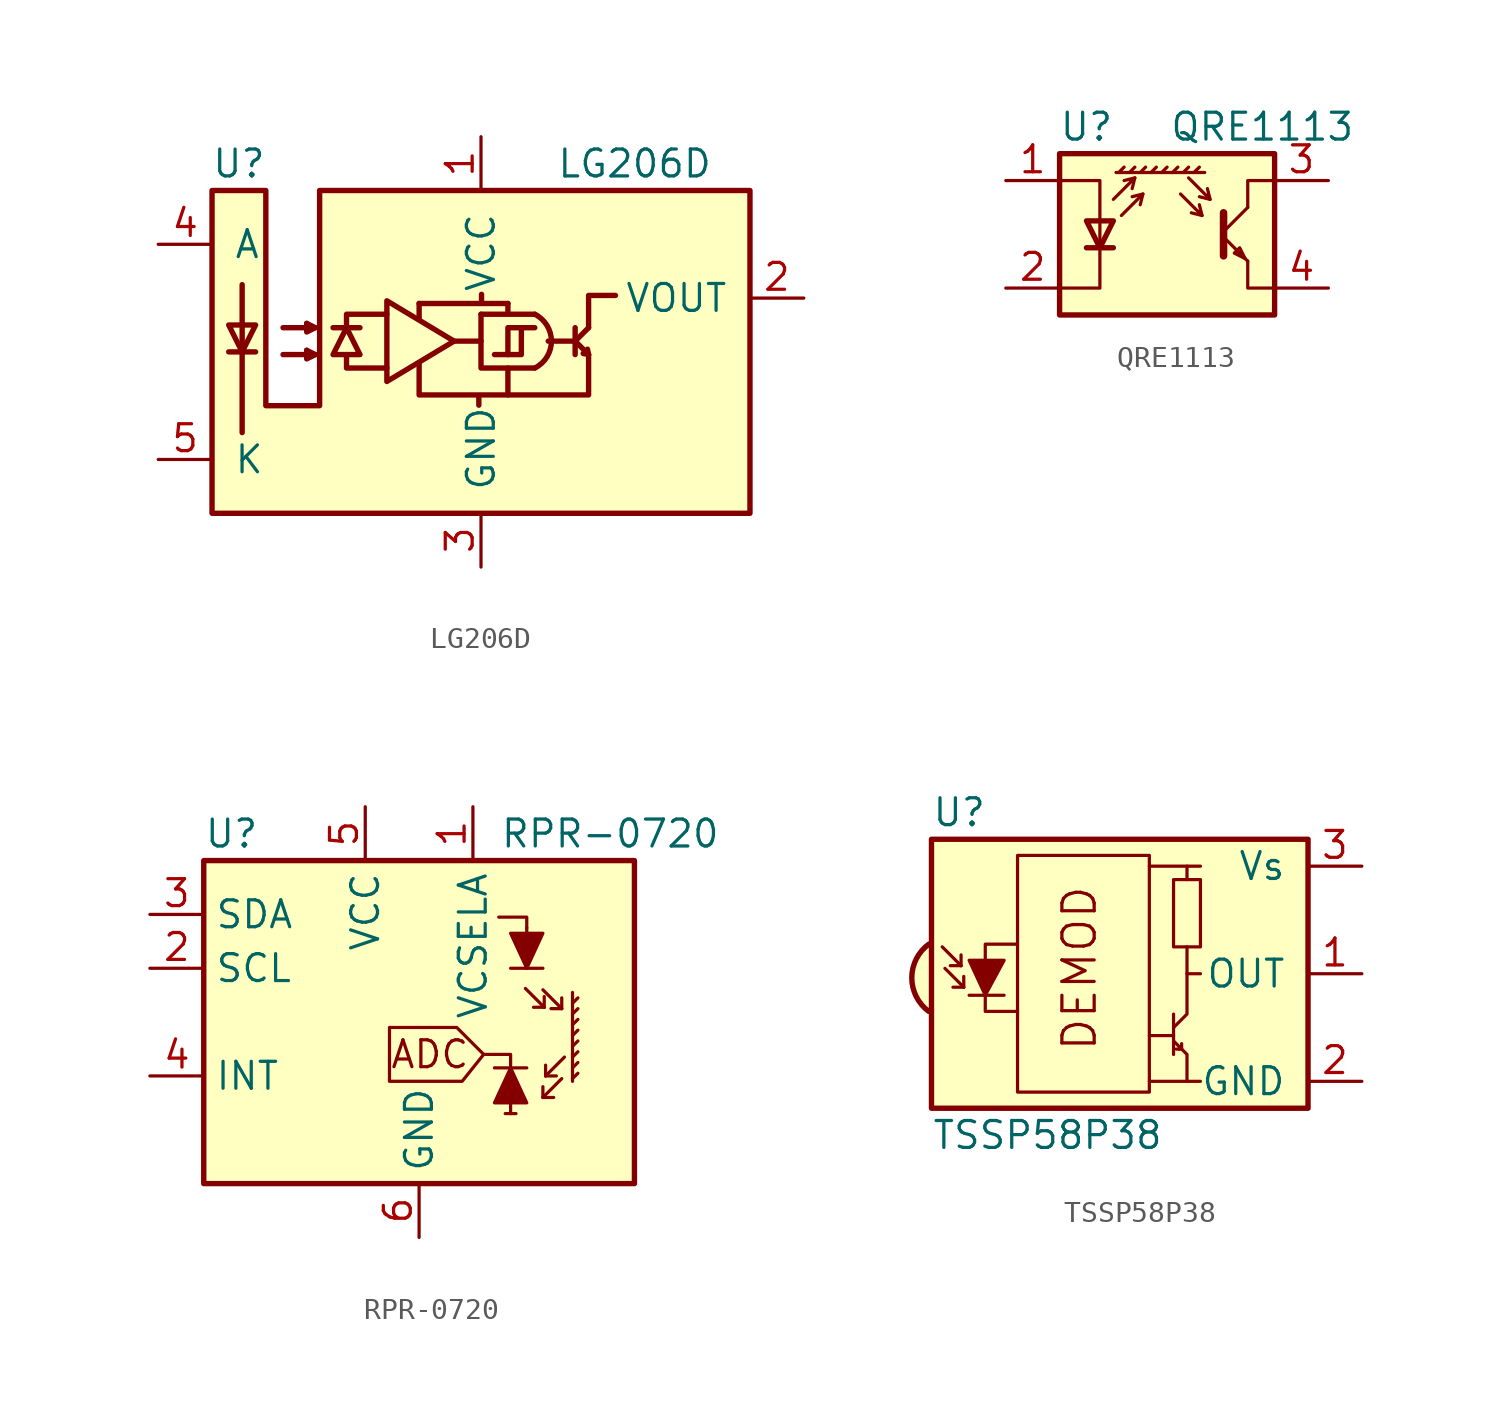
<source format=kicad_sym>
(kicad_symbol_lib
  (version 20241209)
  (generator "kicad_symbol_editor")
  (generator_version "9.0")
  (symbol "LG206D"
    (pin_names
      (offset 1.016))
    (property "Reference" "U"
      (at -11.43 8.89 0)
      (effects (font (size 1.27 1.27))))
    (property "Value" "LG206D"
      (at 3.556 8.89 0)
      (effects (font (size 1.27 1.27)) (justify left)))
    (symbol "LG206D_0_1"
      (polyline (pts (xy -12.7 -7.62) (xy 12.7 -7.62) (xy 12.7 7.62) (xy -7.62 7.62) (xy -7.62 -2.54) (xy -10.16 -2.54) (xy -10.16 7.62) (xy -12.7 7.62) (xy -12.7 -7.62)) (stroke (width 0.254) (type default)) (fill (type background)))
      (polyline (pts (xy -11.913 1.27) (xy -10.643 1.27) (xy -11.278 0) (xy -11.913 1.27)) (stroke (width 0.254) (type default)) (fill (type none)))
      (polyline (pts (xy -11.913 0) (xy -10.643 0)) (stroke (width 0.254) (type default)) (fill (type none)))
      (polyline (pts (xy -11.278 -3.81) (xy -11.278 3.175)) (stroke (width 0.254) (type default)) (fill (type none)))
      (polyline (pts (xy -9.347 1.143) (xy -7.823 1.143) (xy -8.23 1.346)) (stroke (width 0.254) (type default)) (fill (type none)))
      (polyline (pts (xy -9.347 -0.127) (xy -7.823 -0.127) (xy -8.23 0.076)) (stroke (width 0.254) (type default)) (fill (type none)))
      (polyline (pts (xy -8.23 1.346) (xy -8.23 0.94) (xy -7.823 1.143)) (stroke (width 0.254) (type default)) (fill (type none)))
      (polyline (pts (xy -8.23 0.076) (xy -8.23 -0.33) (xy -7.823 -0.127)) (stroke (width 0.254) (type default)) (fill (type none)))
      (polyline (pts (xy -6.985 1.143) (xy -5.715 1.143)) (stroke (width 0.254) (type default)) (fill (type none)))
      (polyline (pts (xy -6.985 -0.127) (xy -5.715 -0.127) (xy -6.35 1.143) (xy -6.985 -0.127)) (stroke (width 0.254) (type default)) (fill (type none)))
      (polyline (pts (xy -6.35 1.143) (xy -6.35 1.778) (xy -4.445 1.778)) (stroke (width 0.254) (type default)) (fill (type none)))
      (polyline (pts (xy -6.35 -0.127) (xy -6.35 -0.762) (xy -4.445 -0.762)) (stroke (width 0.254) (type default)) (fill (type none)))
      (polyline (pts (xy -4.445 2.413) (xy -4.445 -1.397) (xy -1.27 0.508) (xy -4.445 2.413)) (stroke (width 0.254) (type default)) (fill (type none)))
      (polyline (pts (xy -2.921 2.286) (xy 1.27 2.286)) (stroke (width 0.254) (type default)) (fill (type none)))
      (polyline (pts (xy -2.921 1.524) (xy -2.921 2.286)) (stroke (width 0.254) (type default)) (fill (type none)))
      (polyline (pts (xy -1.27 0.508) (xy 0 0.508)) (stroke (width 0.254) (type default)) (fill (type none)))
      (polyline (pts (xy -0.102 -2.515) (xy -0.102 -2.083)) (stroke (width 0.254) (type default)) (fill (type none)))
      (polyline (pts (xy 0 1.778) (xy 2.54 1.778)) (stroke (width 0.254) (type default)) (fill (type none)))
      (polyline (pts (xy 0 1.778) (xy 0 -0.762) (xy 2.54 -0.762)) (stroke (width 0.254) (type default)) (fill (type none)))
      (polyline (pts (xy 0.025 2.311) (xy 0.025 2.718)) (stroke (width 0.254) (type default)) (fill (type none)))
      (polyline (pts (xy 0.635 -0.127) (xy 1.905 -0.127) (xy 1.905 1.143) (xy 2.54 1.143)) (stroke (width 0.254) (type default)) (fill (type none)))
      (polyline (pts (xy 1.27 1.93) (xy 1.27 2.286)) (stroke (width 0.254) (type default)) (fill (type none)))
      (polyline (pts (xy 1.27 -0.762) (xy 1.27 -2.032) (xy 5.08 -2.032) (xy 5.08 -0.127)) (stroke (width 0.254) (type default)) (fill (type none)))
      (polyline (pts (xy 1.27 -2.032) (xy -2.921 -2.032) (xy -2.921 -0.508)) (stroke (width 0.254) (type default)) (fill (type none)))
      (polyline (pts (xy 1.905 1.143) (xy 1.27 1.143) (xy 1.27 -0.127)) (stroke (width 0.254) (type default)) (fill (type none)))
      (arc (start 2.54 1.778) (mid 3.3249 0.508) (end 2.54 -0.762) (stroke (width 0.254) (type default)) (fill (type none)))
      (polyline (pts (xy 3.175 0.508) (xy 4.445 0.508)) (stroke (width 0.254) (type default)) (fill (type none)))
      (polyline (pts (xy 4.445 1.143) (xy 4.445 -0.127)) (stroke (width 0.254) (type default)) (fill (type none)))
      (polyline (pts (xy 4.445 0.508) (xy 5.08 1.143)) (stroke (width 0.254) (type default)) (fill (type none)))
      (polyline (pts (xy 4.445 0.508) (xy 5.08 -0.127)) (stroke (width 0.254) (type default)) (fill (type none)))
      (polyline (pts (xy 5.08 1.143) (xy 5.08 2.667) (xy 6.35 2.667)) (stroke (width 0.254) (type default)) (fill (type none)))
      (polyline (pts (xy 5.08 -0.127) (xy 4.826 -0.076) (xy 5.029 0.127) (xy 5.08 -0.127)) (stroke (width 0.254) (type default)) (fill (type none))))
    (symbol "LG206D_1_1"
      (pin passive line (at -15.24 5.08 0) (length 2.54) (name "A" (effects (font (size 1.27 1.27)))) (number "4" (effects (font (size 1.27 1.27)))))
      (pin passive line (at -15.24 -5.08 0) (length 2.54) (name "K" (effects (font (size 1.27 1.27)))) (number "5" (effects (font (size 1.27 1.27)))))
      (pin power_in line (at 0 10.16 270) (length 2.54) (name "VCC" (effects (font (size 1.27 1.27)))) (number "1" (effects (font (size 1.27 1.27)))))
      (pin power_in line (at 0 -10.16 90) (length 2.54) (name "GND" (effects (font (size 1.27 1.27)))) (number "3" (effects (font (size 1.27 1.27)))))
      (pin open_collector line (at 15.24 2.54 180) (length 2.54) (name "VOUT" (effects (font (size 1.27 1.27)))) (number "2" (effects (font (size 1.27 1.27)))))))
  (symbol "QRE1113"
    (pin_names
      (offset 0.025)
      (hide yes))
    (property "Reference" "U"
      (at -3.81 5.08 0)
      (effects (font (size 1.27 1.27))))
    (property "Value" "QRE1113"
      (at 8.89 5.08 0)
      (effects (font (size 1.27 1.27)) (justify right)))
    (symbol "QRE1113_0_1"
      (polyline (pts (xy -5.08 -2.54) (xy -3.175 -2.54) (xy -3.175 2.54) (xy -5.08 2.54)) (stroke (width 0) (type default)) (fill (type none)))
      (polyline (pts (xy -5.08 -3.81) (xy 5.08 -3.81) (xy 5.08 3.81) (xy -5.08 3.81) (xy -5.08 -3.81)) (stroke (width 0.254) (type default)) (fill (type background)))
      (polyline (pts (xy -3.81 -0.635) (xy -2.54 -0.635)) (stroke (width 0.254) (type default)) (fill (type none)))
      (polyline (pts (xy -3.175 -0.635) (xy -3.81 0.635) (xy -2.54 0.635) (xy -3.175 -0.635)) (stroke (width 0.254) (type default)) (fill (type none)))
      (polyline (pts (xy -2.54 1.651) (xy -1.524 2.667) (xy -2.032 2.54)) (stroke (width 0) (type default)) (fill (type none)))
      (polyline (pts (xy -2.286 2.921) (xy -2.032 3.175)) (stroke (width 0) (type default)) (fill (type none)))
      (polyline (pts (xy -2.159 0.889) (xy -1.143 1.905) (xy -1.651 1.778)) (stroke (width 0) (type default)) (fill (type none)))
      (polyline (pts (xy -1.778 2.921) (xy -1.524 3.175)) (stroke (width 0) (type default)) (fill (type none)))
      (polyline (pts (xy -1.524 2.667) (xy -1.651 2.159)) (stroke (width 0) (type default)) (fill (type none)))
      (polyline (pts (xy -1.27 2.921) (xy -1.016 3.175)) (stroke (width 0) (type default)) (fill (type none)))
      (polyline (pts (xy -1.143 1.905) (xy -1.27 1.397)) (stroke (width 0) (type default)) (fill (type none)))
      (polyline (pts (xy -0.762 2.921) (xy -0.508 3.175)) (stroke (width 0) (type default)) (fill (type none)))
      (polyline (pts (xy -0.254 2.921) (xy 0 3.175)) (stroke (width 0) (type default)) (fill (type none)))
      (polyline (pts (xy 0.254 2.921) (xy 0.508 3.175)) (stroke (width 0) (type default)) (fill (type none)))
      (polyline (pts (xy 0.635 1.905) (xy 1.651 0.889) (xy 1.524 1.397)) (stroke (width 0) (type default)) (fill (type none)))
      (polyline (pts (xy 0.762 2.921) (xy 1.016 3.175)) (stroke (width 0) (type default)) (fill (type none)))
      (polyline (pts (xy 1.016 2.667) (xy 2.032 1.651) (xy 1.905 2.159)) (stroke (width 0) (type default)) (fill (type none)))
      (polyline (pts (xy 1.27 2.921) (xy 1.524 3.175)) (stroke (width 0) (type default)) (fill (type none)))
      (polyline (pts (xy 1.651 0.889) (xy 1.143 1.016)) (stroke (width 0) (type default)) (fill (type none)))
      (polyline (pts (xy 1.778 2.921) (xy -2.413 2.921)) (stroke (width 0) (type default)) (fill (type none)))
      (polyline (pts (xy 2.032 1.651) (xy 1.524 1.778)) (stroke (width 0) (type default)) (fill (type none)))
      (polyline (pts (xy 2.667 1.016) (xy 2.667 -1.016) (xy 2.667 -1.016)) (stroke (width 0.356) (type default)) (fill (type none)))
      (polyline (pts (xy 2.667 0.127) (xy 3.81 1.27)) (stroke (width 0) (type default)) (fill (type none)))
      (polyline (pts (xy 2.667 -0.127) (xy 3.81 -1.27)) (stroke (width 0) (type default)) (fill (type none)))
      (polyline (pts (xy 3.683 -1.143) (xy 3.429 -0.635) (xy 3.175 -0.889) (xy 3.683 -1.143)) (stroke (width 0) (type default)) (fill (type none)))
      (polyline (pts (xy 3.81 1.27) (xy 3.81 2.54) (xy 5.08 2.54)) (stroke (width 0) (type default)) (fill (type none)))
      (polyline (pts (xy 3.81 -1.27) (xy 3.81 -2.54) (xy 5.08 -2.54)) (stroke (width 0) (type default)) (fill (type none))))
    (symbol "QRE1113_1_1"
      (pin passive line (at -7.62 2.54 0) (length 2.54) (name "A" (effects (font (size 1.27 1.27)))) (number "1" (effects (font (size 1.27 1.27)))))
      (pin passive line (at -7.62 -2.54 0) (length 2.54) (name "K" (effects (font (size 1.27 1.27)))) (number "2" (effects (font (size 1.27 1.27)))))
      (pin open_collector line (at 7.62 2.54 180) (length 2.54) (name "~" (effects (font (size 1.27 1.27)))) (number "3" (effects (font (size 1.27 1.27)))))
      (pin open_emitter line (at 7.62 -2.54 180) (length 2.54) (name "~" (effects (font (size 1.27 1.27)))) (number "4" (effects (font (size 1.27 1.27)))))))
  (symbol "RPR-0720"
    (property "Reference" "U"
      (at -10.16 8.89 0)
      (effects (font (size 1.27 1.27)) (justify left)))
    (property "Value" "RPR-0720"
      (at 3.81 8.89 0)
      (effects (font (size 1.27 1.27)) (justify left)))
    (symbol "RPR-0720_0_0"
      (polyline (pts (xy 3.048 -1.524) (xy 1.778 -0.254) (xy -1.397 -0.254) (xy -1.397 -1.524) (xy -1.397 -2.794) (xy 2.032 -2.794) (xy 3.048 -1.524)) (stroke (width 0) (type default)) (fill (type none)))
      (text "ADC" (at 0.508 -1.524 0) (effects (font (size 1.27 1.27)))))
    (symbol "RPR-0720_0_1"
      (rectangle (start -10.16 7.62) (end 10.16 -7.62) (stroke (width 0.254) (type default)) (fill (type background)))
      (polyline (pts (xy 3.759 4.953) (xy 5.08 4.953) (xy 5.08 4.445)) (stroke (width 0) (type default)) (fill (type none)))
      (polyline (pts (xy 5.08 2.54) (xy 5.08 4.445)) (stroke (width 0) (type default)) (fill (type none)))
      (polyline (pts (xy 7.239 1.397) (xy 7.239 -2.794)) (stroke (width 0) (type default)) (fill (type none)))
      (polyline (pts (xy 7.239 0.889) (xy 7.493 1.143)) (stroke (width 0) (type default)) (fill (type none)))
      (polyline (pts (xy 7.239 0.381) (xy 7.493 0.635)) (stroke (width 0) (type default)) (fill (type none)))
      (polyline (pts (xy 7.239 -0.127) (xy 7.493 0.127)) (stroke (width 0) (type default)) (fill (type none)))
      (polyline (pts (xy 7.239 -0.635) (xy 7.493 -0.381)) (stroke (width 0) (type default)) (fill (type none)))
      (polyline (pts (xy 7.239 -1.143) (xy 7.493 -0.889)) (stroke (width 0) (type default)) (fill (type none)))
      (polyline (pts (xy 7.239 -1.651) (xy 7.493 -1.397)) (stroke (width 0) (type default)) (fill (type none)))
      (polyline (pts (xy 7.239 -2.159) (xy 7.493 -1.905)) (stroke (width 0) (type default)) (fill (type none)))
      (polyline (pts (xy 7.239 -2.667) (xy 7.493 -2.413)) (stroke (width 0) (type default)) (fill (type none))))
    (symbol "RPR-0720_1_0"
      (polyline (pts (xy 4.318 -4.318) (xy 4.318 -1.524) (xy 3.048 -1.524)) (stroke (width 0) (type default)) (fill (type none))))
    (symbol "RPR-0720_1_1"
      (polyline (pts (xy 4.064 -4.318) (xy 4.572 -4.318)) (stroke (width 0) (type default)) (fill (type none)))
      (polyline (pts (xy 5.08 -2.159) (xy 3.556 -2.159)) (stroke (width 0) (type default)) (fill (type none)))
      (polyline (pts (xy 5.08 -3.81) (xy 3.556 -3.81) (xy 4.318 -2.159) (xy 5.08 -3.81)) (stroke (width 0) (type default)) (fill (type outline)))
      (polyline (pts (xy 5.842 4.191) (xy 4.318 4.191) (xy 5.08 2.54) (xy 5.842 4.191)) (stroke (width 0) (type default)) (fill (type outline)))
      (polyline (pts (xy 5.842 2.54) (xy 4.318 2.54)) (stroke (width 0) (type default)) (fill (type none)))
      (polyline (pts (xy 5.842 -3.556) (xy 5.842 -3.048)) (stroke (width 0) (type default)) (fill (type none)))
      (polyline (pts (xy 5.842 -3.556) (xy 6.35 -3.556)) (stroke (width 0) (type default)) (fill (type none)))
      (polyline (pts (xy 5.842 -3.556) (xy 6.731 -2.667)) (stroke (width 0) (type default)) (fill (type none)))
      (polyline (pts (xy 5.905 0.699) (xy 5.016 1.587)) (stroke (width 0) (type default)) (fill (type none)))
      (polyline (pts (xy 5.905 0.699) (xy 5.397 0.699)) (stroke (width 0) (type default)) (fill (type none)))
      (polyline (pts (xy 5.905 0.699) (xy 5.905 1.206)) (stroke (width 0) (type default)) (fill (type none)))
      (polyline (pts (xy 5.969 -2.54) (xy 5.969 -2.032)) (stroke (width 0) (type default)) (fill (type none)))
      (polyline (pts (xy 5.969 -2.54) (xy 6.477 -2.54)) (stroke (width 0) (type default)) (fill (type none)))
      (polyline (pts (xy 5.969 -2.54) (xy 6.858 -1.651)) (stroke (width 0) (type default)) (fill (type none)))
      (polyline (pts (xy 6.731 0.635) (xy 5.842 1.524)) (stroke (width 0) (type default)) (fill (type none)))
      (polyline (pts (xy 6.731 0.635) (xy 6.223 0.635)) (stroke (width 0) (type default)) (fill (type none)))
      (polyline (pts (xy 6.731 0.635) (xy 6.731 1.143)) (stroke (width 0) (type default)) (fill (type none)))
      (pin bidirectional line (at -12.7 5.08 0) (length 2.54) (name "SDA" (effects (font (size 1.27 1.27)))) (number "3" (effects (font (size 1.27 1.27)))))
      (pin input line (at -12.7 2.54 0) (length 2.54) (name "SCL" (effects (font (size 1.27 1.27)))) (number "2" (effects (font (size 1.27 1.27)))))
      (pin open_collector line (at -12.7 -2.54 0) (length 2.54) (name "INT" (effects (font (size 1.27 1.27)))) (number "4" (effects (font (size 1.27 1.27)))))
      (pin power_in line (at -2.54 10.16 270) (length 2.54) (name "VCC" (effects (font (size 1.27 1.27)))) (number "5" (effects (font (size 1.27 1.27)))))
      (pin power_in line (at 0 -10.16 90) (length 2.54) (name "GND" (effects (font (size 1.27 1.27)))) (number "6" (effects (font (size 1.27 1.27)))))
      (pin power_in line (at 2.54 10.16 270) (length 2.54) (name "VCSELA" (effects (font (size 1.27 1.27)))) (number "1" (effects (font (size 1.27 1.27)))))))
  (symbol "TSSP58P38"
    (pin_names
      (offset 1.016))
    (property "Reference" "U"
      (at -10.16 7.62 0)
      (effects (font (size 1.27 1.27)) (justify left)))
    (property "Value" "TSSP58P38"
      (at -10.16 -7.62 0)
      (effects (font (size 1.27 1.27)) (justify left)))
    (symbol "TSSP58P38_0_0"
      (arc (start -10.287 -1.778) (mid -11.0899 -0.1905) (end -10.287 1.397) (stroke (width 0.254) (type default)) (fill (type background)))
      (polyline (pts (xy 1.905 5.08) (xy 0.127 5.08)) (stroke (width 0) (type default)) (fill (type none)))
      (polyline (pts (xy 1.905 -5.08) (xy 0.127 -5.08)) (stroke (width 0) (type default)) (fill (type none)))
      (text "DEMOD" (at -3.175 0.254 900) (effects (font (size 1.524 1.524)))))
    (symbol "TSSP58P38_0_1"
      (polyline (pts (xy -8.763 0.381) (xy -9.652 1.27)) (stroke (width 0) (type default)) (fill (type none)))
      (polyline (pts (xy -8.763 0.381) (xy -9.271 0.381)) (stroke (width 0) (type default)) (fill (type none)))
      (polyline (pts (xy -8.763 0.381) (xy -8.763 0.889)) (stroke (width 0) (type default)) (fill (type none)))
      (polyline (pts (xy -8.636 -0.635) (xy -9.525 0.254)) (stroke (width 0) (type default)) (fill (type none)))
      (polyline (pts (xy -8.636 -0.635) (xy -9.144 -0.635)) (stroke (width 0) (type default)) (fill (type none)))
      (polyline (pts (xy -8.636 -0.635) (xy -8.636 -0.127)) (stroke (width 0) (type default)) (fill (type none)))
      (polyline (pts (xy -8.382 0.635) (xy -6.731 0.635) (xy -7.62 -1.016) (xy -8.382 0.635)) (stroke (width 0) (type default)) (fill (type outline)))
      (polyline (pts (xy -8.382 -1.016) (xy -6.731 -1.016)) (stroke (width 0) (type default)) (fill (type none)))
      (rectangle (start -6.096 5.588) (end 0.127 -5.588) (stroke (width 0) (type default)) (fill (type none)))
      (polyline (pts (xy -6.096 1.397) (xy -7.62 1.397) (xy -7.62 -1.778) (xy -6.096 -1.778)) (stroke (width 0) (type default)) (fill (type none)))
      (polyline (pts (xy 1.27 -1.905) (xy 1.27 -3.81)) (stroke (width 0) (type default)) (fill (type none)))
      (polyline (pts (xy 1.27 -2.54) (xy 1.905 -1.905) (xy 1.905 0) (xy 2.54 0)) (stroke (width 0) (type default)) (fill (type none)))
      (polyline (pts (xy 1.27 -2.921) (xy 0.127 -2.921)) (stroke (width 0) (type default)) (fill (type none)))
      (polyline (pts (xy 1.27 -3.175) (xy 1.905 -3.81) (xy 1.905 -5.08) (xy 2.54 -5.08)) (stroke (width 0) (type default)) (fill (type none)))
      (polyline (pts (xy 1.397 -3.556) (xy 1.524 -3.556)) (stroke (width 0) (type default)) (fill (type none)))
      (polyline (pts (xy 1.651 -3.556) (xy 1.524 -3.556)) (stroke (width 0) (type default)) (fill (type none)))
      (polyline (pts (xy 1.651 -3.556) (xy 1.651 -3.302)) (stroke (width 0) (type default)) (fill (type none)))
      (polyline (pts (xy 1.905 4.445) (xy 1.905 5.08) (xy 2.54 5.08)) (stroke (width 0) (type default)) (fill (type none)))
      (polyline (pts (xy 1.905 0) (xy 1.905 1.27)) (stroke (width 0) (type default)) (fill (type none)))
      (rectangle (start 2.54 1.27) (end 1.27 4.445) (stroke (width 0) (type default)) (fill (type none)))
      (rectangle (start 7.62 6.35) (end -10.16 -6.35) (stroke (width 0.254) (type default)) (fill (type background))))
    (symbol "TSSP58P38_1_1"
      (pin power_in line (at 10.16 5.08 180) (length 2.54) (name "Vs" (effects (font (size 1.27 1.27)))) (number "3" (effects (font (size 1.27 1.27)))))
      (pin output line (at 10.16 0 180) (length 2.54) (name "OUT" (effects (font (size 1.27 1.27)))) (number "1" (effects (font (size 1.27 1.27)))))
      (pin power_in line (at 10.16 -5.08 180) (length 2.54) (name "GND" (effects (font (size 1.27 1.27)))) (number "2" (effects (font (size 1.27 1.27))))))))
</source>
